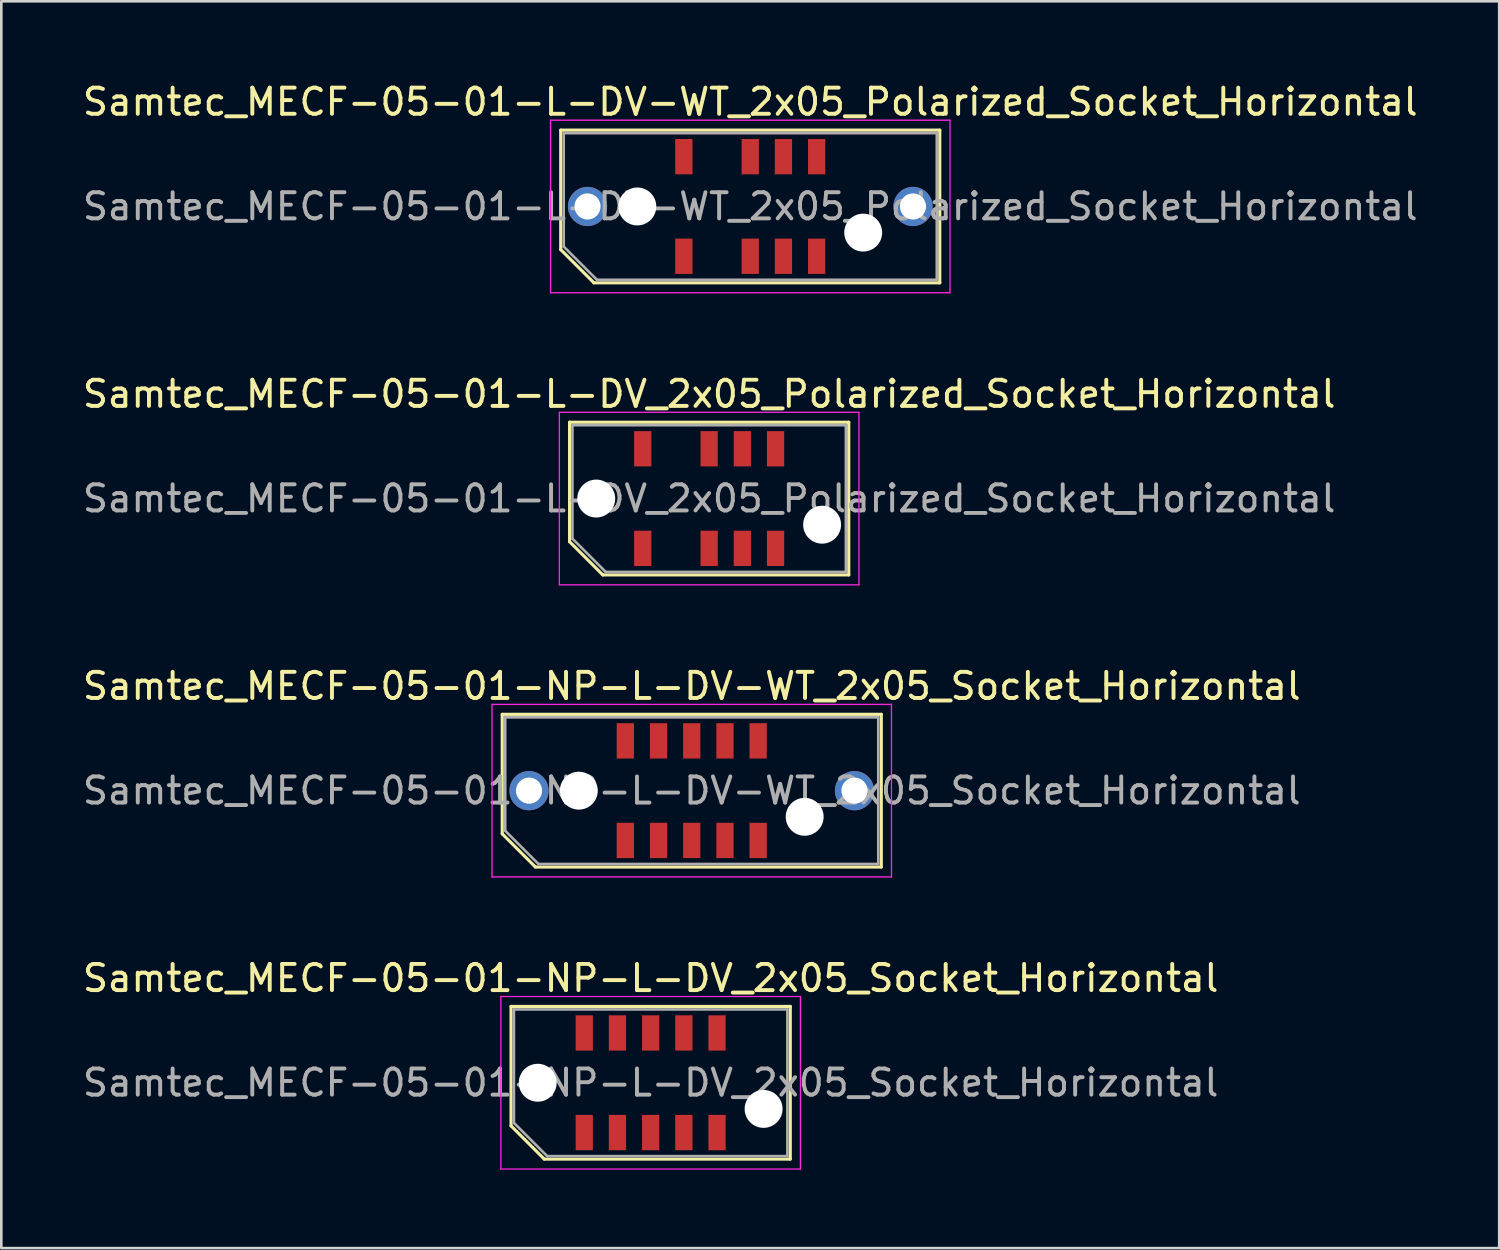
<source format=kicad_pcb>
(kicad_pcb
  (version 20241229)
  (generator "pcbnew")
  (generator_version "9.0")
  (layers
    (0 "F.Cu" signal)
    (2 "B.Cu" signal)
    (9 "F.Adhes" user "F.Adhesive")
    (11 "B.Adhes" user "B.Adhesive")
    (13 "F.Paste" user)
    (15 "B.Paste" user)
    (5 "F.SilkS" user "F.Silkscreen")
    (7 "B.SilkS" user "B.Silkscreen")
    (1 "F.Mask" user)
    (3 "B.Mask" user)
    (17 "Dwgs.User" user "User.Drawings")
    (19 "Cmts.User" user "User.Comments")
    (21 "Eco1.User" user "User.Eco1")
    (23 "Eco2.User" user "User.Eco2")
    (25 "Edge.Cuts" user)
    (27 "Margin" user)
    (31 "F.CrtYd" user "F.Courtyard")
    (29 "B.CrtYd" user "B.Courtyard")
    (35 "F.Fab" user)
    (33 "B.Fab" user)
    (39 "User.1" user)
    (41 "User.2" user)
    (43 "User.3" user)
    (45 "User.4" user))
  (footprint "Samtec_MECF-05-01-NP-L-DV_2x05_Socket_Horizontal"
    (layer "F.Cu")
    (at 21.839 38.368)
    (property "Reference" "Samtec_MECF-05-01-NP-L-DV_2x05_Socket_Horizontal" (at 0 -4 0) (layer "F.SilkS") (effects (font (size 1 1) (thickness 0.15))))
    (attr smd)
    (fp_line (start -5.34 -2.92) (end 5.34 -2.92) (stroke (width 0.12) (type solid)) (layer "F.SilkS"))
    (fp_line (start -5.34 1.65) (end -5.34 -2.92) (stroke (width 0.12) (type solid)) (layer "F.SilkS"))
    (fp_line (start -4.07 2.92) (end -5.34 1.65) (stroke (width 0.12) (type solid)) (layer "F.SilkS"))
    (fp_line (start -4.07 2.92) (end 5.34 2.92) (stroke (width 0.12) (type solid)) (layer "F.SilkS"))
    (fp_line (start 5.34 2.92) (end 5.34 -2.92) (stroke (width 0.12) (type solid)) (layer "F.SilkS"))
    (fp_line (start -5.73 -3.3) (end -5.73 3.3) (stroke (width 0.05) (type solid)) (layer "F.CrtYd"))
    (fp_line (start -5.73 3.3) (end 5.73 3.3) (stroke (width 0.05) (type solid)) (layer "F.CrtYd"))
    (fp_line (start 5.73 -3.3) (end -5.73 -3.3) (stroke (width 0.05) (type solid)) (layer "F.CrtYd"))
    (fp_line (start 5.73 3.3) (end 5.73 -3.3) (stroke (width 0.05) (type solid)) (layer "F.CrtYd"))
    (fp_line (start -5.23 -2.805) (end 5.23 -2.805) (stroke (width 0.1) (type solid)) (layer "F.Fab"))
    (fp_line (start -5.23 1.535) (end -5.23 -2.805) (stroke (width 0.1) (type solid)) (layer "F.Fab"))
    (fp_line (start -5.23 1.535) (end -3.96 2.805) (stroke (width 0.1) (type solid)) (layer "F.Fab"))
    (fp_line (start -3.96 2.805) (end 5.23 2.805) (stroke (width 0.1) (type solid)) (layer "F.Fab"))
    (fp_line (start 5.23 2.805) (end 5.23 -2.805) (stroke (width 0.1) (type solid)) (layer "F.Fab"))
    (fp_text user "${REFERENCE}" (at 0 0 0) (layer "F.Fab") (effects (font (size 1 1) (thickness 0.15))))
    (pad "" np_thru_hole circle (at -4.32 0) (size 1.45 1.45) (drill 1.45) (layers "*.Cu" "*.Mask"))
    (pad "" np_thru_hole circle (at 4.32 1) (size 1.45 1.45) (drill 1.45) (layers "*.Cu" "*.Mask"))
    (pad "1" smd rect (at -2.54 1.905) (size 0.66 1.35) (layers "F.Cu" "F.Mask" "F.Paste"))
    (pad "2" smd rect (at -2.54 -1.905) (size 0.66 1.35) (layers "F.Cu" "F.Mask" "F.Paste"))
    (pad "3" smd rect (at -1.27 1.905) (size 0.66 1.35) (layers "F.Cu" "F.Mask" "F.Paste"))
    (pad "4" smd rect (at -1.27 -1.905) (size 0.66 1.35) (layers "F.Cu" "F.Mask" "F.Paste"))
    (pad "5" smd rect (at 0 1.905) (size 0.66 1.35) (layers "F.Cu" "F.Mask" "F.Paste"))
    (pad "6" smd rect (at 0 -1.905) (size 0.66 1.35) (layers "F.Cu" "F.Mask" "F.Paste"))
    (pad "7" smd rect (at 1.27 1.905) (size 0.66 1.35) (layers "F.Cu" "F.Mask" "F.Paste"))
    (pad "8" smd rect (at 1.27 -1.905) (size 0.66 1.35) (layers "F.Cu" "F.Mask" "F.Paste"))
    (pad "9" smd rect (at 2.54 1.905) (size 0.66 1.35) (layers "F.Cu" "F.Mask" "F.Paste"))
    (pad "10" smd rect (at 2.54 -1.905) (size 0.66 1.35) (layers "F.Cu" "F.Mask" "F.Paste")))
  (footprint "Samtec_MECF-05-01-NP-L-DV-WT_2x05_Socket_Horizontal"
    (layer "F.Cu")
    (at 23.411 27.195)
    (property "Reference" "Samtec_MECF-05-01-NP-L-DV-WT_2x05_Socket_Horizontal" (at 0 -4 0) (layer "F.SilkS") (effects (font (size 1 1) (thickness 0.15))))
    (attr smd)
    (fp_line (start -7.25 -2.92) (end 7.25 -2.92) (stroke (width 0.12) (type solid)) (layer "F.SilkS"))
    (fp_line (start -7.25 1.65) (end -7.25 -2.92) (stroke (width 0.12) (type solid)) (layer "F.SilkS"))
    (fp_line (start -5.98 2.92) (end -7.25 1.65) (stroke (width 0.12) (type solid)) (layer "F.SilkS"))
    (fp_line (start -5.98 2.92) (end 7.25 2.92) (stroke (width 0.12) (type solid)) (layer "F.SilkS"))
    (fp_line (start 7.25 2.92) (end 7.25 -2.92) (stroke (width 0.12) (type solid)) (layer "F.SilkS"))
    (fp_line (start -7.64 -3.3) (end -7.64 3.3) (stroke (width 0.05) (type solid)) (layer "F.CrtYd"))
    (fp_line (start -7.64 3.3) (end 7.64 3.3) (stroke (width 0.05) (type solid)) (layer "F.CrtYd"))
    (fp_line (start 7.64 -3.3) (end -7.64 -3.3) (stroke (width 0.05) (type solid)) (layer "F.CrtYd"))
    (fp_line (start 7.64 3.3) (end 7.64 -3.3) (stroke (width 0.05) (type solid)) (layer "F.CrtYd"))
    (fp_line (start -7.135 -2.805) (end 7.135 -2.805) (stroke (width 0.1) (type solid)) (layer "F.Fab"))
    (fp_line (start -7.135 1.535) (end -7.135 -2.805) (stroke (width 0.1) (type solid)) (layer "F.Fab"))
    (fp_line (start -7.135 1.535) (end -5.865 2.805) (stroke (width 0.1) (type solid)) (layer "F.Fab"))
    (fp_line (start -5.865 2.805) (end 7.135 2.805) (stroke (width 0.1) (type solid)) (layer "F.Fab"))
    (fp_line (start 7.135 2.805) (end 7.135 -2.805) (stroke (width 0.1) (type solid)) (layer "F.Fab"))
    (fp_text user "${REFERENCE}" (at 0 0 0) (layer "F.Fab") (effects (font (size 1 1) (thickness 0.15))))
    (pad "" thru_hole circle (at -6.225 0) (size 1.5 1.5) (drill 1) (layers "*.Cu" "*.Mask"))
    (pad "" np_thru_hole circle (at -4.32 0) (size 1.45 1.45) (drill 1.45) (layers "*.Cu" "*.Mask"))
    (pad "" np_thru_hole circle (at 4.32 1) (size 1.45 1.45) (drill 1.45) (layers "*.Cu" "*.Mask"))
    (pad "" thru_hole circle (at 6.225 0) (size 1.5 1.5) (drill 1) (layers "*.Cu" "*.Mask"))
    (pad "1" smd rect (at -2.54 1.905) (size 0.66 1.35) (layers "F.Cu" "F.Mask" "F.Paste"))
    (pad "2" smd rect (at -2.54 -1.905) (size 0.66 1.35) (layers "F.Cu" "F.Mask" "F.Paste"))
    (pad "3" smd rect (at -1.27 1.905) (size 0.66 1.35) (layers "F.Cu" "F.Mask" "F.Paste"))
    (pad "4" smd rect (at -1.27 -1.905) (size 0.66 1.35) (layers "F.Cu" "F.Mask" "F.Paste"))
    (pad "5" smd rect (at 0 1.905) (size 0.66 1.35) (layers "F.Cu" "F.Mask" "F.Paste"))
    (pad "6" smd rect (at 0 -1.905) (size 0.66 1.35) (layers "F.Cu" "F.Mask" "F.Paste"))
    (pad "7" smd rect (at 1.27 1.905) (size 0.66 1.35) (layers "F.Cu" "F.Mask" "F.Paste"))
    (pad "8" smd rect (at 1.27 -1.905) (size 0.66 1.35) (layers "F.Cu" "F.Mask" "F.Paste"))
    (pad "9" smd rect (at 2.54 1.905) (size 0.66 1.35) (layers "F.Cu" "F.Mask" "F.Paste"))
    (pad "10" smd rect (at 2.54 -1.905) (size 0.66 1.35) (layers "F.Cu" "F.Mask" "F.Paste")))
  (footprint "Samtec_MECF-05-01-L-DV-WT_2x05_Polarized_Socket_Horizontal"
    (layer "F.Cu")
    (at 25.649 4.848)
    (property "Reference" "Samtec_MECF-05-01-L-DV-WT_2x05_Polarized_Socket_Horizontal" (at 0 -4 0) (layer "F.SilkS") (effects (font (size 1 1) (thickness 0.15))))
    (attr smd)
    (fp_line (start -7.25 -2.92) (end 7.25 -2.92) (stroke (width 0.12) (type solid)) (layer "F.SilkS"))
    (fp_line (start -7.25 1.65) (end -7.25 -2.92) (stroke (width 0.12) (type solid)) (layer "F.SilkS"))
    (fp_line (start -5.98 2.92) (end -7.25 1.65) (stroke (width 0.12) (type solid)) (layer "F.SilkS"))
    (fp_line (start -5.98 2.92) (end 7.25 2.92) (stroke (width 0.12) (type solid)) (layer "F.SilkS"))
    (fp_line (start 7.25 2.92) (end 7.25 -2.92) (stroke (width 0.12) (type solid)) (layer "F.SilkS"))
    (fp_line (start -7.64 -3.3) (end -7.64 3.3) (stroke (width 0.05) (type solid)) (layer "F.CrtYd"))
    (fp_line (start -7.64 3.3) (end 7.64 3.3) (stroke (width 0.05) (type solid)) (layer "F.CrtYd"))
    (fp_line (start 7.64 -3.3) (end -7.64 -3.3) (stroke (width 0.05) (type solid)) (layer "F.CrtYd"))
    (fp_line (start 7.64 3.3) (end 7.64 -3.3) (stroke (width 0.05) (type solid)) (layer "F.CrtYd"))
    (fp_line (start -7.135 -2.805) (end 7.135 -2.805) (stroke (width 0.1) (type solid)) (layer "F.Fab"))
    (fp_line (start -7.135 1.535) (end -7.135 -2.805) (stroke (width 0.1) (type solid)) (layer "F.Fab"))
    (fp_line (start -7.135 1.535) (end -5.865 2.805) (stroke (width 0.1) (type solid)) (layer "F.Fab"))
    (fp_line (start -5.865 2.805) (end 7.135 2.805) (stroke (width 0.1) (type solid)) (layer "F.Fab"))
    (fp_line (start 7.135 2.805) (end 7.135 -2.805) (stroke (width 0.1) (type solid)) (layer "F.Fab"))
    (fp_text user "${REFERENCE}" (at 0 0 0) (layer "F.Fab") (effects (font (size 1 1) (thickness 0.15))))
    (pad "" thru_hole circle (at -6.225 0) (size 1.5 1.5) (drill 1) (layers "*.Cu" "*.Mask"))
    (pad "" np_thru_hole circle (at -4.32 0) (size 1.45 1.45) (drill 1.45) (layers "*.Cu" "*.Mask"))
    (pad "" np_thru_hole circle (at 4.32 1) (size 1.45 1.45) (drill 1.45) (layers "*.Cu" "*.Mask"))
    (pad "" thru_hole circle (at 6.225 0) (size 1.5 1.5) (drill 1) (layers "*.Cu" "*.Mask"))
    (pad "1" smd rect (at -2.54 1.905) (size 0.66 1.35) (layers "F.Cu" "F.Mask" "F.Paste"))
    (pad "2" smd rect (at -2.54 -1.905) (size 0.66 1.35) (layers "F.Cu" "F.Mask" "F.Paste"))
    (pad "5" smd rect (at 0 1.905) (size 0.66 1.35) (layers "F.Cu" "F.Mask" "F.Paste"))
    (pad "6" smd rect (at 0 -1.905) (size 0.66 1.35) (layers "F.Cu" "F.Mask" "F.Paste"))
    (pad "7" smd rect (at 1.27 1.905) (size 0.66 1.35) (layers "F.Cu" "F.Mask" "F.Paste"))
    (pad "8" smd rect (at 1.27 -1.905) (size 0.66 1.35) (layers "F.Cu" "F.Mask" "F.Paste"))
    (pad "9" smd rect (at 2.54 1.905) (size 0.66 1.35) (layers "F.Cu" "F.Mask" "F.Paste"))
    (pad "10" smd rect (at 2.54 -1.905) (size 0.66 1.35) (layers "F.Cu" "F.Mask" "F.Paste")))
  (footprint "Samtec_MECF-05-01-L-DV_2x05_Polarized_Socket_Horizontal"
    (layer "F.Cu")
    (at 24.077 16.021)
    (property "Reference" "Samtec_MECF-05-01-L-DV_2x05_Polarized_Socket_Horizontal" (at 0 -4 0) (layer "F.SilkS") (effects (font (size 1 1) (thickness 0.15))))
    (attr smd)
    (fp_line (start -5.34 -2.92) (end 5.34 -2.92) (stroke (width 0.12) (type solid)) (layer "F.SilkS"))
    (fp_line (start -5.34 1.65) (end -5.34 -2.92) (stroke (width 0.12) (type solid)) (layer "F.SilkS"))
    (fp_line (start -4.07 2.92) (end -5.34 1.65) (stroke (width 0.12) (type solid)) (layer "F.SilkS"))
    (fp_line (start -4.07 2.92) (end 5.34 2.92) (stroke (width 0.12) (type solid)) (layer "F.SilkS"))
    (fp_line (start 5.34 2.92) (end 5.34 -2.92) (stroke (width 0.12) (type solid)) (layer "F.SilkS"))
    (fp_line (start -5.73 -3.3) (end -5.73 3.3) (stroke (width 0.05) (type solid)) (layer "F.CrtYd"))
    (fp_line (start -5.73 3.3) (end 5.73 3.3) (stroke (width 0.05) (type solid)) (layer "F.CrtYd"))
    (fp_line (start 5.73 -3.3) (end -5.73 -3.3) (stroke (width 0.05) (type solid)) (layer "F.CrtYd"))
    (fp_line (start 5.73 3.3) (end 5.73 -3.3) (stroke (width 0.05) (type solid)) (layer "F.CrtYd"))
    (fp_line (start -5.23 -2.805) (end 5.23 -2.805) (stroke (width 0.1) (type solid)) (layer "F.Fab"))
    (fp_line (start -5.23 1.535) (end -5.23 -2.805) (stroke (width 0.1) (type solid)) (layer "F.Fab"))
    (fp_line (start -5.23 1.535) (end -3.96 2.805) (stroke (width 0.1) (type solid)) (layer "F.Fab"))
    (fp_line (start -3.96 2.805) (end 5.23 2.805) (stroke (width 0.1) (type solid)) (layer "F.Fab"))
    (fp_line (start 5.23 2.805) (end 5.23 -2.805) (stroke (width 0.1) (type solid)) (layer "F.Fab"))
    (fp_text user "${REFERENCE}" (at 0 0 0) (layer "F.Fab") (effects (font (size 1 1) (thickness 0.15))))
    (pad "" np_thru_hole circle (at -4.32 0) (size 1.45 1.45) (drill 1.45) (layers "*.Cu" "*.Mask"))
    (pad "" np_thru_hole circle (at 4.32 1) (size 1.45 1.45) (drill 1.45) (layers "*.Cu" "*.Mask"))
    (pad "1" smd rect (at -2.54 1.905) (size 0.66 1.35) (layers "F.Cu" "F.Mask" "F.Paste"))
    (pad "2" smd rect (at -2.54 -1.905) (size 0.66 1.35) (layers "F.Cu" "F.Mask" "F.Paste"))
    (pad "5" smd rect (at 0 1.905) (size 0.66 1.35) (layers "F.Cu" "F.Mask" "F.Paste"))
    (pad "6" smd rect (at 0 -1.905) (size 0.66 1.35) (layers "F.Cu" "F.Mask" "F.Paste"))
    (pad "7" smd rect (at 1.27 1.905) (size 0.66 1.35) (layers "F.Cu" "F.Mask" "F.Paste"))
    (pad "8" smd rect (at 1.27 -1.905) (size 0.66 1.35) (layers "F.Cu" "F.Mask" "F.Paste"))
    (pad "9" smd rect (at 2.54 1.905) (size 0.66 1.35) (layers "F.Cu" "F.Mask" "F.Paste"))
    (pad "10" smd rect (at 2.54 -1.905) (size 0.66 1.35) (layers "F.Cu" "F.Mask" "F.Paste")))
  (gr_rect
    (start -3 -3)
    (end 54.298 44.693)
    (stroke (width 0.1) (type default))
    (fill no)
    (layer "Edge.Cuts")))
</source>
